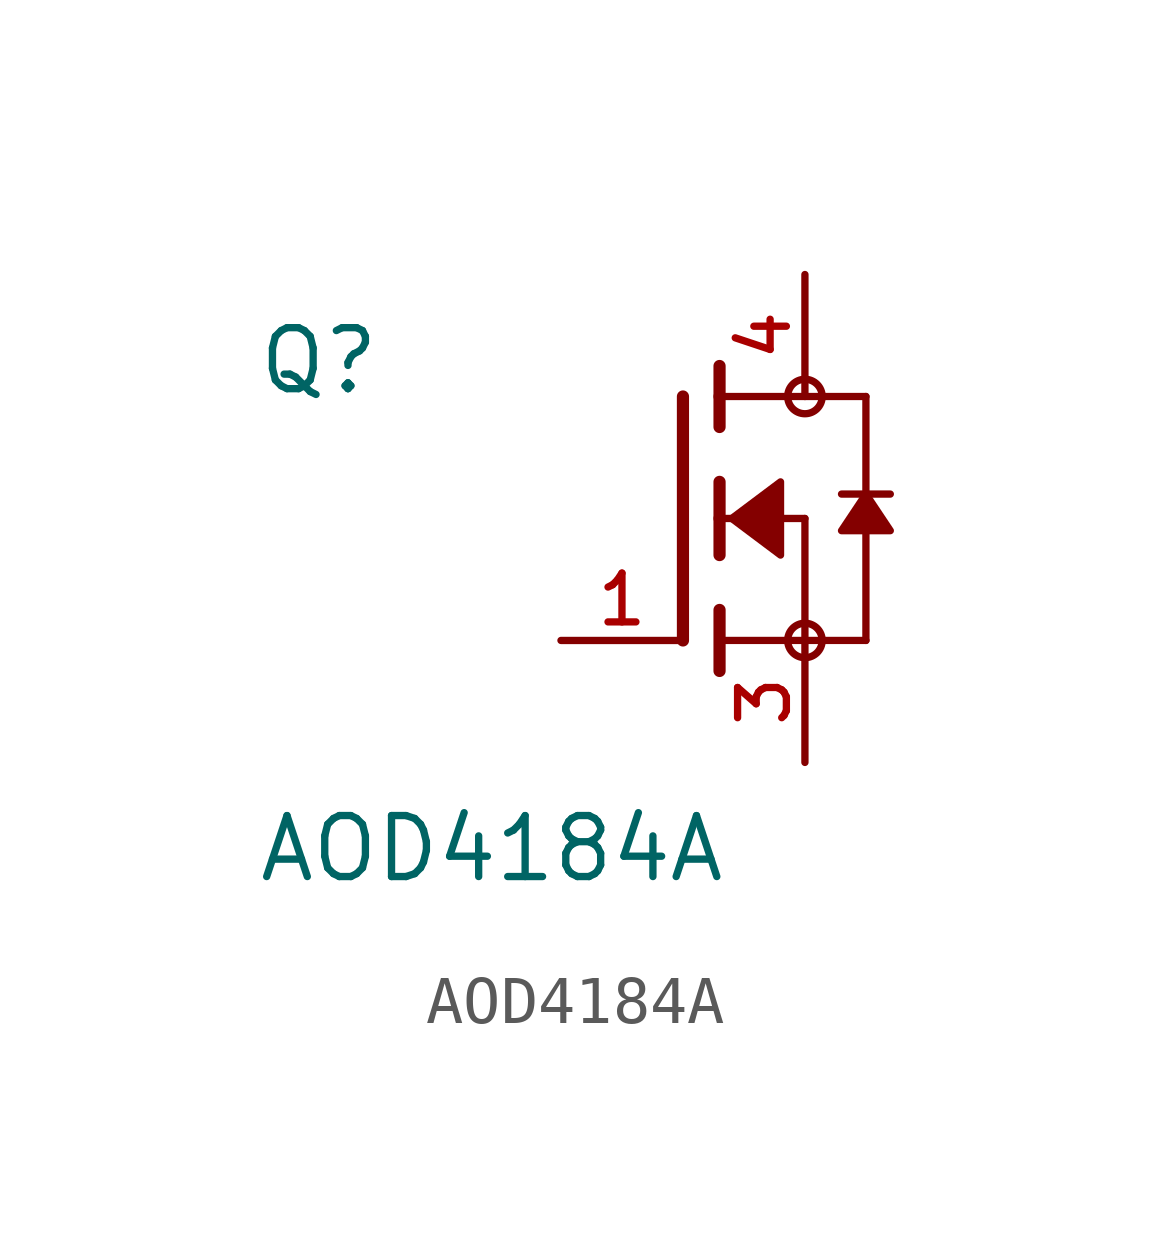
<source format=kicad_sym>
(kicad_symbol_lib
  (version 20211014)
  (generator kicad_symbol_editor)
  (symbol "AOD4184A"
    (pin_names
      (offset 1.016))
    (property "Reference" "Q"
      (at -8.89 2.54 0)
      (effects (font (size 1.27 1.27)) (justify bottom left)))
    (property "Value" "AOD4184A"
      (at -8.89 -7.62 0)
      (effects (font (size 1.27 1.27)) (justify bottom left)))
    (symbol "AOD4184A_0_0"
      (polyline (pts (xy 0.762 0.762) (xy 0.762 0.0)) (stroke (width 0.254)))
      (polyline (pts (xy 0.762 0.0) (xy 0.762 -0.762)) (stroke (width 0.254)))
      (polyline (pts (xy 0.762 3.175) (xy 0.762 2.54)) (stroke (width 0.254)))
      (polyline (pts (xy 0.762 2.54) (xy 0.762 1.905)) (stroke (width 0.254)))
      (polyline (pts (xy 0.762 0.0) (xy 2.54 0.0)) (stroke (width 0.152)))
      (polyline (pts (xy 2.54 0.0) (xy 2.54 -2.54)) (stroke (width 0.152)))
      (polyline (pts (xy 0.762 -1.905) (xy 0.762 -3.175)) (stroke (width 0.254)))
      (polyline (pts (xy 0.0 2.54) (xy 0.0 -2.54)) (stroke (width 0.254)))
      (polyline (pts (xy 3.81 -2.54) (xy 0.762 -2.54)) (stroke (width 0.152)))
      (polyline (pts (xy 3.81 2.54) (xy 3.81 0.508)) (stroke (width 0.152)))
      (polyline (pts (xy 3.81 0.508) (xy 3.81 -2.54)) (stroke (width 0.152)))
      (polyline (pts (xy 0.762 2.54) (xy 3.81 2.54)) (stroke (width 0.152)))
      (polyline (pts (xy 4.318 0.508) (xy 3.81 0.508)) (stroke (width 0.152)))
      (polyline (pts (xy 3.81 0.508) (xy 3.302 0.508)) (stroke (width 0.152)))
      (circle (center 2.54 -2.54) (radius 0.359) (stroke (width 0.0)) (fill (type none)))
      (circle (center 2.54 2.54) (radius 0.359) (stroke (width 0.0)) (fill (type none)))
      (polyline (pts (xy 3.81 0.508) (xy 3.302 -0.254) (xy 4.318 -0.254) (xy 3.81 0.508)) (stroke (width 0.152)) (fill (type outline)))
      (polyline (pts (xy 1.016 0.0) (xy 2.032 0.762) (xy 2.032 -0.762) (xy 1.016 0.0)) (stroke (width 0.152)) (fill (type outline)))
      (pin passive line (at 2.54 -5.08 90.0) (length 2.54) (name "~" (effects (font (size 1.016 1.016)))) (number "3" (effects (font (size 1.016 1.016)))))
      (pin passive line (at -2.54 -2.54 0) (length 2.54) (name "~" (effects (font (size 1.016 1.016)))) (number "1" (effects (font (size 1.016 1.016)))))
      (pin passive line (at 2.54 5.08 270.0) (length 2.54) (name "~" (effects (font (size 1.016 1.016)))) (number "4" (effects (font (size 1.016 1.016))))))))
</source>
